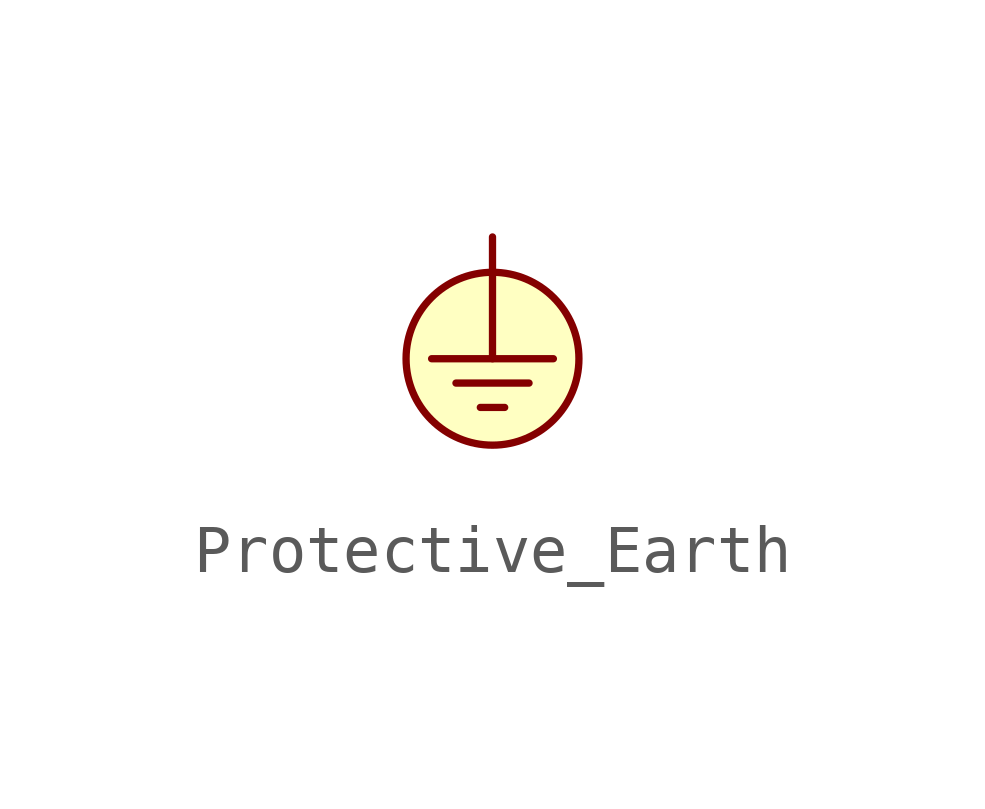
<source format=kicad_sym>
(kicad_symbol_lib
  (version 20220914)
  (generator kicad_symbol_editor)
  (symbol "Protective_Earth"
    (power)
    (pin_numbers hide)
    (pin_names
      (offset 0) hide)
    (property "Reference" "#PWR"
      (at -0.254 -2.794 0)
      (effects (font (size 1.27 1.27)) hide))
    (property "Footprint" ""
      (at 0 2.54 0)
      (effects (font (size 1.524 1.524))))
    (property "Datasheet" ""
      (at -0.508 -2.286 0)
      (effects (font (size 1.524 1.524))))
    (symbol "Protective_Earth_0_1"
      (polyline (pts (xy -0.762 -0.508) (xy 0.762 -0.508)) (stroke (width 0) (type default)) (fill (type none)))
      (polyline (pts (xy -0.254 -1.016) (xy 0.254 -1.016)) (stroke (width 0) (type default)) (fill (type none)))
      (polyline (pts (xy 0 0) (xy 1.27 0)) (stroke (width 0) (type default)) (fill (type none)))
      (polyline (pts (xy 0 2.54) (xy 0 0) (xy -1.27 0)) (stroke (width 0) (type default)) (fill (type none)))
      (circle (center 0 0) (radius 1.803) (stroke (width 0) (type default)) (fill (type background))))
    (symbol "Protective_Earth_1_1"
      (pin power_in line (at 0 2.54 90) (length 0) hide (name "Protective_Earth" (effects (font (size 1.27 1.27)))) (number "1" (effects (font (size 1.27 1.27))))))))
</source>
